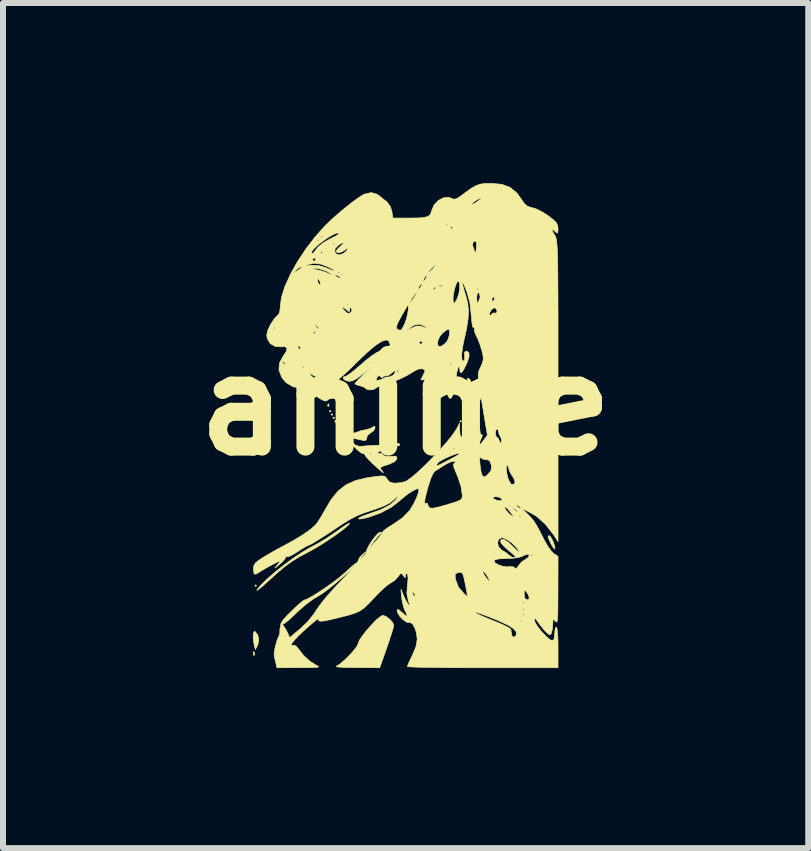
<source format=kicad_pcb>
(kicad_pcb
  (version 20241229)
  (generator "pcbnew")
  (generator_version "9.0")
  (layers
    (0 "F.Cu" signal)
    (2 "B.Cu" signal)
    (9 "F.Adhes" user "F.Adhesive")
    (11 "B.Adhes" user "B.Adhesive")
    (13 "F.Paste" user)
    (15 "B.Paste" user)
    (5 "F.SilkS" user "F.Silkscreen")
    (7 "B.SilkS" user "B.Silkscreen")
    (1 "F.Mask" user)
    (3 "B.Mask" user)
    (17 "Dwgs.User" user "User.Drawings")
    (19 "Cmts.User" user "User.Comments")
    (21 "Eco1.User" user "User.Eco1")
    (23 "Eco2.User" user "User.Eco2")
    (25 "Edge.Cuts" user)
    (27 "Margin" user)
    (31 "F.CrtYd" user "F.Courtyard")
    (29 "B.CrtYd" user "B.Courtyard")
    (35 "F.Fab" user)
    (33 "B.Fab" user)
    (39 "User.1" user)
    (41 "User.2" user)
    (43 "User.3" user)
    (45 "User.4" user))
  (footprint "anime"
    (layer "F.Cu")
    (at 3.708 3.702)
    (property "Reference" "anime" (at 0 0 0) (layer "F.SilkS") (effects (font (size 1.524 1.524) (thickness 0.3))))
    (attr through_hole)
    (fp_poly (pts (xy -2.484 3.006) (xy -2.498 3.02) (xy -2.512 3.006) (xy -2.498 2.992) (xy -2.484 3.006)) (stroke (width 0.01) (type solid)) (fill yes) (layer "F.SilkS"))
    (fp_poly (pts (xy -1.242 0.099) (xy -1.256 0.113) (xy -1.27 0.099) (xy -1.256 0.085) (xy -1.242 0.099)) (stroke (width 0.01) (type solid)) (fill yes) (layer "F.SilkS"))
    (fp_poly (pts (xy -1.214 0.155) (xy -1.228 0.169) (xy -1.242 0.155) (xy -1.228 0.141) (xy -1.214 0.155)) (stroke (width 0.01) (type solid)) (fill yes) (layer "F.SilkS"))
    (fp_poly (pts (xy -1.185 0.212) (xy -1.199 0.226) (xy -1.214 0.212) (xy -1.199 0.198) (xy -1.185 0.212)) (stroke (width 0.01) (type solid)) (fill yes) (layer "F.SilkS"))
    (fp_poly (pts (xy -1.157 0.268) (xy -1.171 0.282) (xy -1.185 0.268) (xy -1.171 0.254) (xy -1.157 0.268)) (stroke (width 0.01) (type solid)) (fill yes) (layer "F.SilkS"))
    (fp_poly (pts (xy 0.931 0.268) (xy 0.917 0.282) (xy 0.903 0.268) (xy 0.917 0.254) (xy 0.931 0.268)) (stroke (width 0.01) (type solid)) (fill yes) (layer "F.SilkS"))
    (fp_poly (pts (xy -2.521 4.115) (xy -2.517 4.159) (xy -2.523 4.169) (xy -2.536 4.161) (xy -2.538 4.132) (xy -2.531 4.102) (xy -2.521 4.115)) (stroke (width 0.01) (type solid)) (fill yes) (layer "F.SilkS"))
    (fp_poly (pts (xy -1.279 -0.019) (xy -1.276 0.015) (xy -1.279 0.019) (xy -1.296 0.015) (xy -1.298 0) (xy -1.288 -0.023) (xy -1.279 -0.019)) (stroke (width 0.01) (type solid)) (fill yes) (layer "F.SilkS"))
    (fp_poly (pts (xy 0.975 -0.307) (xy 0.98 -0.302) (xy 1.012 -0.266) (xy 1.002 -0.255) (xy 0.981 -0.254) (xy 0.93 -0.27) (xy 0.916 -0.284) (xy 0.907 -0.323) (xy 0.932 -0.331) (xy 0.975 -0.307)) (stroke (width 0.01) (type solid)) (fill yes) (layer "F.SilkS"))
    (fp_poly (pts (xy -2.51 3.769) (xy -2.463 3.827) (xy -2.446 3.911) (xy -2.463 3.995) (xy -2.465 3.999) (xy -2.503 4.072) (xy -2.521 4.004) (xy -2.536 3.923) (xy -2.54 3.846) (xy -2.532 3.788) (xy -2.516 3.767) (xy -2.51 3.769)) (stroke (width 0.01) (type solid)) (fill yes) (layer "F.SilkS"))
    (fp_poly (pts (xy 1.072 -0.429) (xy 1.088 -0.384) (xy 1.08 -0.356) (xy 1.031 -0.339) (xy 0.982 -0.357) (xy 0.974 -0.367) (xy 0.98 -0.391) (xy 1.002 -0.395) (xy 1.032 -0.408) (xy 1.03 -0.423) (xy 1.031 -0.449) (xy 1.04 -0.452) (xy 1.072 -0.429)) (stroke (width 0.01) (type solid)) (fill yes) (layer "F.SilkS"))
    (fp_poly (pts (xy 2.419 2.197) (xy 2.451 2.257) (xy 2.463 2.286) (xy 2.488 2.365) (xy 2.486 2.396) (xy 2.463 2.377) (xy 2.422 2.308) (xy 2.418 2.299) (xy 2.384 2.224) (xy 2.373 2.187) (xy 2.383 2.174) (xy 2.395 2.173) (xy 2.419 2.197)) (stroke (width 0.01) (type solid)) (fill yes) (layer "F.SilkS"))
    (fp_poly (pts (xy -0.325 3.519) (xy -0.264 3.566) (xy -0.215 3.622) (xy -0.197 3.664) (xy -0.206 3.708) (xy -0.231 3.793) (xy -0.268 3.906) (xy -0.312 4.037) (xy -0.314 4.043) (xy -0.431 4.374) (xy -0.815 4.372) (xy -0.951 4.37) (xy -1.059 4.366) (xy -1.131 4.361) (xy -1.159 4.354) (xy -1.156 4.351) (xy -1.095 4.312) (xy -1.018 4.247) (xy -0.938 4.168) (xy -0.865 4.088) (xy -0.812 4.018) (xy -0.79 3.971) (xy -0.79 3.969) (xy -0.772 3.92) (xy -0.723 3.846) (xy -0.654 3.757) (xy -0.575 3.667) (xy -0.497 3.586) (xy -0.429 3.527) (xy -0.382 3.5) (xy -0.378 3.5) (xy -0.325 3.519)) (stroke (width 0.01) (type solid)) (fill yes) (layer "F.SilkS"))
    (fp_poly (pts (xy -0.946 1.988) (xy -0.997 2.035) (xy -1.079 2.099) (xy -1.181 2.173) (xy -1.296 2.251) (xy -1.415 2.327) (xy -1.527 2.394) (xy -1.619 2.444) (xy -1.764 2.521) (xy -1.889 2.598) (xy -2.009 2.685) (xy -2.139 2.793) (xy -2.284 2.925) (xy -2.372 3.005) (xy -2.437 3.06) (xy -2.474 3.086) (xy -2.477 3.078) (xy -2.476 3.076) (xy -2.408 2.994) (xy -2.303 2.892) (xy -2.171 2.777) (xy -2.023 2.66) (xy -1.87 2.547) (xy -1.722 2.449) (xy -1.592 2.373) (xy -1.564 2.359) (xy -1.446 2.295) (xy -1.309 2.212) (xy -1.181 2.125) (xy -1.157 2.108) (xy -1.064 2.042) (xy -0.989 1.992) (xy -0.943 1.966) (xy -0.933 1.964) (xy -0.946 1.988)) (stroke (width 0.01) (type solid)) (fill yes) (layer "F.SilkS"))
    (fp_poly (pts (xy -1.078 0.388) (xy -0.988 0.46) (xy -0.899 0.477) (xy -0.816 0.45) (xy -0.746 0.425) (xy -0.674 0.41) (xy -0.599 0.391) (xy -0.548 0.365) (xy -0.516 0.348) (xy -0.508 0.378) (xy -0.508 0.378) (xy -0.531 0.423) (xy -0.579 0.457) (xy -0.633 0.501) (xy -0.649 0.544) (xy -0.657 0.581) (xy -0.69 0.588) (xy -0.741 0.579) (xy -0.829 0.559) (xy -0.903 0.544) (xy -0.974 0.529) (xy -0.896 0.612) (xy -0.831 0.668) (xy -0.767 0.686) (xy -0.727 0.683) (xy -0.654 0.677) (xy -0.546 0.67) (xy -0.425 0.666) (xy -0.407 0.665) (xy -0.297 0.66) (xy -0.207 0.652) (xy -0.154 0.642) (xy -0.148 0.639) (xy -0.109 0.639) (xy -0.099 0.649) (xy -0.106 0.673) (xy -0.128 0.677) (xy -0.192 0.685) (xy -0.274 0.706) (xy -0.357 0.733) (xy -0.425 0.761) (xy -0.462 0.784) (xy -0.464 0.793) (xy -0.43 0.807) (xy -0.421 0.803) (xy -0.39 0.809) (xy -0.38 0.824) (xy -0.343 0.85) (xy -0.258 0.852) (xy -0.251 0.851) (xy -0.178 0.848) (xy -0.147 0.859) (xy -0.145 0.891) (xy -0.146 0.893) (xy -0.182 0.94) (xy -0.27 0.981) (xy -0.282 0.985) (xy -0.37 1.013) (xy -0.412 1.032) (xy -0.42 1.052) (xy -0.401 1.08) (xy -0.396 1.086) (xy -0.369 1.122) (xy -0.381 1.12) (xy -0.432 1.078) (xy -0.522 0.997) (xy -0.536 0.984) (xy -0.61 0.912) (xy -0.663 0.852) (xy -0.684 0.817) (xy -0.684 0.814) (xy -0.69 0.804) (xy -0.593 0.804) (xy -0.579 0.818) (xy -0.564 0.804) (xy -0.579 0.79) (xy -0.593 0.804) (xy -0.69 0.804) (xy -0.694 0.799) (xy -0.706 0.805) (xy -0.74 0.795) (xy -0.799 0.748) (xy -0.875 0.672) (xy -0.959 0.576) (xy -1.044 0.468) (xy -1.076 0.423) (xy -1.165 0.296) (xy -1.078 0.388)) (stroke (width 0.01) (type solid)) (fill yes) (layer "F.SilkS"))
    (fp_poly (pts (xy 1.602 -3.681) (xy 1.741 -3.63) (xy 1.852 -3.538) (xy 1.92 -3.446) (xy 1.977 -3.363) (xy 2.029 -3.317) (xy 2.093 -3.295) (xy 2.11 -3.292) (xy 2.19 -3.266) (xy 2.291 -3.213) (xy 2.378 -3.156) (xy 2.464 -3.089) (xy 2.514 -3.039) (xy 2.535 -2.993) (xy 2.54 -2.942) (xy 2.537 -2.881) (xy 2.524 -2.867) (xy 2.496 -2.891) (xy 2.45 -2.93) (xy 2.438 -2.925) (xy 2.459 -2.877) (xy 2.481 -2.84) (xy 2.491 -2.823) (xy 2.5 -2.804) (xy 2.508 -2.779) (xy 2.515 -2.746) (xy 2.52 -2.7) (xy 2.525 -2.638) (xy 2.529 -2.556) (xy 2.532 -2.45) (xy 2.535 -2.318) (xy 2.537 -2.155) (xy 2.538 -1.958) (xy 2.539 -1.724) (xy 2.54 -1.448) (xy 2.54 -1.127) (xy 2.54 -0.758) (xy 2.54 -0.336) (xy 2.54 2.271) (xy 2.466 2.158) (xy 2.329 1.982) (xy 2.183 1.852) (xy 2.074 1.787) (xy 1.933 1.716) (xy 2.032 1.813) (xy 2.089 1.871) (xy 2.135 1.928) (xy 2.179 1.995) (xy 2.229 2.086) (xy 2.294 2.214) (xy 2.305 2.236) (xy 2.361 2.336) (xy 2.419 2.42) (xy 2.467 2.47) (xy 2.47 2.472) (xy 2.54 2.518) (xy 2.539 3.087) (xy 2.538 3.279) (xy 2.537 3.421) (xy 2.534 3.519) (xy 2.528 3.58) (xy 2.521 3.609) (xy 2.51 3.613) (xy 2.497 3.6) (xy 2.469 3.568) (xy 2.457 3.577) (xy 2.453 3.635) (xy 2.453 3.642) (xy 2.446 3.725) (xy 2.432 3.789) (xy 2.431 3.79) (xy 2.414 3.824) (xy 2.389 3.82) (xy 2.352 3.79) (xy 2.3 3.735) (xy 2.239 3.658) (xy 2.219 3.63) (xy 2.175 3.568) (xy 2.152 3.55) (xy 2.145 3.573) (xy 2.145 3.581) (xy 2.164 3.632) (xy 2.211 3.703) (xy 2.276 3.782) (xy 2.345 3.854) (xy 2.407 3.906) (xy 2.445 3.923) (xy 2.473 3.898) (xy 2.483 3.822) (xy 2.484 3.81) (xy 2.49 3.739) (xy 2.505 3.7) (xy 2.512 3.697) (xy 2.524 3.724) (xy 2.533 3.801) (xy 2.539 3.922) (xy 2.54 4.036) (xy 2.54 4.374) (xy 1.284 4.374) (xy 1.024 4.374) (xy 0.782 4.373) (xy 0.564 4.371) (xy 0.376 4.368) (xy 0.223 4.365) (xy 0.11 4.361) (xy 0.045 4.357) (xy 0.029 4.353) (xy 0.041 4.319) (xy 0.072 4.25) (xy 0.114 4.163) (xy 0.174 4.019) (xy 0.194 3.896) (xy 0.177 3.778) (xy 0.154 3.712) (xy 0.115 3.641) (xy 0.077 3.622) (xy 0.067 3.624) (xy 0.02 3.616) (xy -0.04 3.575) (xy -0.097 3.516) (xy -0.134 3.456) (xy -0.141 3.426) (xy -0.134 3.401) (xy -0.107 3.412) (xy -0.056 3.457) (xy 0.001 3.508) (xy 0.025 3.514) (xy 0.015 3.475) (xy 0.005 3.453) (xy 1.157 3.453) (xy 1.203 3.48) (xy 1.293 3.521) (xy 1.424 3.576) (xy 1.489 3.601) (xy 1.6 3.647) (xy 1.688 3.69) (xy 1.742 3.722) (xy 1.753 3.735) (xy 1.762 3.791) (xy 1.763 3.796) (xy 1.773 3.843) (xy 1.774 3.845) (xy 1.796 3.866) (xy 1.829 3.85) (xy 1.844 3.825) (xy 1.843 3.776) (xy 1.799 3.723) (xy 1.71 3.665) (xy 1.57 3.599) (xy 1.569 3.598) (xy 1.919 3.598) (xy 1.933 3.612) (xy 1.947 3.598) (xy 1.933 3.584) (xy 1.919 3.598) (xy 1.569 3.598) (xy 1.472 3.559) (xy 1.353 3.512) (xy 1.282 3.485) (xy 1.947 3.485) (xy 1.961 3.5) (xy 1.976 3.485) (xy 1.961 3.471) (xy 1.947 3.485) (xy 1.282 3.485) (xy 1.254 3.475) (xy 1.186 3.451) (xy 1.161 3.444) (xy 1.157 3.453) (xy 0.005 3.453) (xy -0.013 3.418) (xy -0.019 3.401) (xy 1.947 3.401) (xy 1.961 3.415) (xy 1.976 3.401) (xy 1.961 3.387) (xy 1.947 3.401) (xy -0.019 3.401) (xy -0.039 3.343) (xy -0.061 3.242) (xy -0.068 3.186) (xy -0.076 3.101) (xy -0.077 3.068) (xy -0.068 3.081) (xy -0.049 3.135) (xy -0.011 3.223) (xy 0.032 3.301) (xy 0.034 3.304) (xy 0.064 3.344) (xy 0.071 3.344) (xy 0.059 3.3) (xy 0.055 3.288) (xy 1.947 3.288) (xy 1.961 3.302) (xy 1.976 3.288) (xy 1.961 3.274) (xy 1.947 3.288) (xy 0.055 3.288) (xy 0.045 3.258) (xy 0.023 3.148) (xy 0.12 3.148) (xy 0.126 3.159) (xy 0.153 3.188) (xy 0.158 3.168) (xy 0.151 3.146) (xy 0.13 3.115) (xy 0.121 3.115) (xy 0.12 3.148) (xy 0.023 3.148) (xy 0.021 3.141) (xy 0.029 3.004) (xy 0.031 2.991) (xy 0.041 2.887) (xy 0.036 2.835) (xy 0.824 2.835) (xy 0.832 2.903) (xy 0.833 2.904) (xy 0.881 3.033) (xy 0.978 3.144) (xy 0.988 3.152) (xy 1.024 3.182) (xy 1.033 3.188) (xy 1.029 3.163) (xy 1.024 3.135) (xy 1.976 3.135) (xy 1.982 3.197) (xy 1.994 3.227) (xy 2.035 3.245) (xy 2.059 3.219) (xy 2.06 3.209) (xy 2.044 3.158) (xy 2.019 3.117) (xy 1.988 3.081) (xy 1.978 3.094) (xy 1.976 3.135) (xy 1.024 3.135) (xy 1.017 3.096) (xy 0.999 3.001) (xy 0.995 2.982) (xy 0.973 2.877) (xy 0.954 2.816) (xy 0.933 2.789) (xy 0.908 2.786) (xy 1.289 2.786) (xy 1.316 2.835) (xy 1.326 2.85) (xy 1.369 2.906) (xy 1.398 2.934) (xy 1.401 2.935) (xy 1.397 2.914) (xy 1.371 2.862) (xy 1.364 2.85) (xy 1.325 2.794) (xy 1.293 2.766) (xy 1.29 2.766) (xy 1.289 2.786) (xy 0.908 2.786) (xy 0.904 2.785) (xy 0.884 2.788) (xy 0.838 2.803) (xy 0.824 2.835) (xy 0.036 2.835) (xy 0.035 2.822) (xy 0.028 2.81) (xy 0.005 2.806) (xy 0 2.836) (xy -0.003 2.873) (xy -0.018 2.864) (xy -0.038 2.837) (xy -0.068 2.804) (xy -0.092 2.811) (xy -0.125 2.857) (xy -0.186 2.922) (xy -0.25 2.962) (xy -0.302 2.996) (xy -0.378 3.062) (xy -0.467 3.148) (xy -0.523 3.208) (xy -0.617 3.308) (xy -0.692 3.379) (xy -0.763 3.428) (xy -0.846 3.465) (xy -0.955 3.499) (xy -1.085 3.532) (xy -1.238 3.569) (xy -1.344 3.592) (xy -1.41 3.599) (xy -1.443 3.593) (xy -1.45 3.574) (xy -1.446 3.561) (xy -1.456 3.558) (xy -1.498 3.586) (xy -1.561 3.638) (xy -1.638 3.704) (xy -1.718 3.778) (xy -1.792 3.849) (xy -1.851 3.911) (xy -1.887 3.955) (xy -1.887 3.956) (xy -1.91 3.998) (xy -1.898 4.005) (xy -1.88 3.998) (xy -1.83 4.008) (xy -1.787 4.058) (xy -1.702 4.166) (xy -1.596 4.264) (xy -1.489 4.332) (xy -1.483 4.335) (xy -1.453 4.35) (xy -1.45 4.36) (xy -1.479 4.367) (xy -1.548 4.371) (xy -1.661 4.373) (xy -1.77 4.373) (xy -2.144 4.374) (xy -2.161 4.297) (xy -2.178 4.226) (xy -2.189 4.182) (xy -2.19 4.131) (xy -2.176 4.049) (xy -2.154 3.958) (xy -2.129 3.882) (xy -2.112 3.849) (xy -2.096 3.799) (xy -2.094 3.73) (xy -2.075 3.63) (xy -2.031 3.565) (xy -1.964 3.493) (xy -1.886 3.416) (xy -1.808 3.342) (xy -1.741 3.284) (xy -1.696 3.25) (xy -1.687 3.246) (xy -1.639 3.229) (xy -1.557 3.184) (xy -1.452 3.119) (xy -1.335 3.041) (xy -1.218 2.958) (xy -1.11 2.876) (xy -1.023 2.802) (xy -1.009 2.79) (xy -0.927 2.714) (xy -0.862 2.658) (xy -0.825 2.63) (xy -0.818 2.628) (xy -0.839 2.663) (xy -0.896 2.723) (xy -0.978 2.801) (xy -1.077 2.889) (xy -1.183 2.979) (xy -1.286 3.062) (xy -1.378 3.13) (xy -1.448 3.175) (xy -1.457 3.179) (xy -1.555 3.24) (xy -1.671 3.327) (xy -1.785 3.427) (xy -1.809 3.45) (xy -1.895 3.532) (xy -1.968 3.597) (xy -2.019 3.635) (xy -2.034 3.641) (xy -2.05 3.654) (xy -2.028 3.687) (xy -1.987 3.75) (xy -1.961 3.803) (xy -1.932 3.873) (xy -1.758 3.727) (xy -1.632 3.607) (xy -1.527 3.477) (xy -1.492 3.421) (xy -1.438 3.342) (xy -1.355 3.236) (xy -1.251 3.115) (xy -1.137 2.99) (xy -1.095 2.947) (xy -0.99 2.836) (xy -0.9 2.737) (xy -0.833 2.657) (xy -0.796 2.605) (xy -0.79 2.591) (xy -0.79 2.59) (xy 1.475 2.59) (xy 1.489 2.624) (xy 1.541 2.657) (xy 1.614 2.682) (xy 1.691 2.693) (xy 1.725 2.69) (xy 1.79 2.691) (xy 1.821 2.711) (xy 1.846 2.721) (xy 1.877 2.68) (xy 1.879 2.676) (xy 1.933 2.611) (xy 1.988 2.574) (xy 2.04 2.54) (xy 2.061 2.505) (xy 2.054 2.498) (xy 2.088 2.498) (xy 2.103 2.512) (xy 2.117 2.498) (xy 2.103 2.484) (xy 2.088 2.498) (xy 2.054 2.498) (xy 2.043 2.485) (xy 2.03 2.484) (xy 1.984 2.497) (xy 1.938 2.519) (xy 1.879 2.537) (xy 1.785 2.55) (xy 1.682 2.554) (xy 1.56 2.559) (xy 1.491 2.574) (xy 1.475 2.59) (xy -0.79 2.59) (xy -0.77 2.543) (xy -0.727 2.495) (xy -0.663 2.441) (xy -0.72 2.512) (xy -0.776 2.582) (xy -0.712 2.528) (xy -0.668 2.48) (xy -0.654 2.444) (xy -0.643 2.399) (xy -0.606 2.329) (xy -0.555 2.25) (xy -0.5 2.178) (xy -0.452 2.129) (xy -0.428 2.117) (xy -0.399 2.121) (xy -0.416 2.143) (xy -0.427 2.152) (xy -0.468 2.194) (xy -0.525 2.264) (xy -0.563 2.314) (xy -0.607 2.375) (xy -0.622 2.398) (xy -0.605 2.383) (xy -0.554 2.329) (xy -0.52 2.291) (xy 1.533 2.291) (xy 1.548 2.355) (xy 1.593 2.408) (xy 1.612 2.419) (xy 1.68 2.461) (xy 1.721 2.497) (xy 1.778 2.534) (xy 1.812 2.54) (xy 1.831 2.53) (xy 1.809 2.499) (xy 1.744 2.442) (xy 1.724 2.426) (xy 1.65 2.362) (xy 1.598 2.305) (xy 1.58 2.271) (xy 1.597 2.233) (xy 1.642 2.238) (xy 1.711 2.282) (xy 1.798 2.364) (xy 1.856 2.422) (xy 1.891 2.449) (xy 1.896 2.44) (xy 1.894 2.438) (xy 1.844 2.367) (xy 1.772 2.296) (xy 1.692 2.239) (xy 1.623 2.209) (xy 1.599 2.207) (xy 1.55 2.236) (xy 1.533 2.291) (xy -0.52 2.291) (xy -0.515 2.286) (xy -0.448 2.209) (xy -0.401 2.148) (xy -0.383 2.115) (xy -0.384 2.113) (xy -0.366 2.091) (xy -0.311 2.049) (xy -0.228 1.996) (xy -0.2 1.979) (xy -0.047 1.872) (xy 0.061 1.761) (xy 0.08 1.733) (xy 0.139 1.635) (xy 0.155 1.6) (xy 0.317 1.6) (xy 0.318 1.637) (xy 0.325 1.637) (xy 0.356 1.628) (xy 0.376 1.668) (xy 0.389 1.698) (xy 0.415 1.714) (xy 0.462 1.714) (xy 0.482 1.71) (xy 1.65 1.71) (xy 1.675 1.752) (xy 1.721 1.804) (xy 1.747 1.827) (xy 1.789 1.859) (xy 1.794 1.85) (xy 1.793 1.849) (xy 1.891 1.849) (xy 1.905 1.863) (xy 1.919 1.849) (xy 1.905 1.834) (xy 1.891 1.849) (xy 1.793 1.849) (xy 1.762 1.801) (xy 1.745 1.778) (xy 1.698 1.723) (xy 1.661 1.694) (xy 1.657 1.694) (xy 1.78 1.694) (xy 1.787 1.708) (xy 1.803 1.729) (xy 1.844 1.772) (xy 1.862 1.772) (xy 1.863 1.767) (xy 1.843 1.744) (xy 1.813 1.718) (xy 1.78 1.694) (xy 1.657 1.694) (xy 1.656 1.693) (xy 1.65 1.71) (xy 0.482 1.71) (xy 0.539 1.699) (xy 0.611 1.679) (xy 1.722 1.679) (xy 1.736 1.693) (xy 1.75 1.679) (xy 1.747 1.677) (xy 1.843 1.677) (xy 1.863 1.693) (xy 1.908 1.719) (xy 1.914 1.709) (xy 1.905 1.693) (xy 1.864 1.667) (xy 1.854 1.666) (xy 1.843 1.677) (xy 1.747 1.677) (xy 1.736 1.665) (xy 1.722 1.679) (xy 0.611 1.679) (xy 0.656 1.667) (xy 0.757 1.636) (xy 0.857 1.604) (xy 0.914 1.578) (xy 0.939 1.55) (xy 0.942 1.533) (xy 1.457 1.533) (xy 1.459 1.554) (xy 1.502 1.577) (xy 1.538 1.587) (xy 1.595 1.593) (xy 1.606 1.574) (xy 1.596 1.554) (xy 1.556 1.531) (xy 1.503 1.524) (xy 1.457 1.533) (xy 0.942 1.533) (xy 0.945 1.512) (xy 0.945 1.502) (xy 0.926 1.365) (xy 0.875 1.205) (xy 0.839 1.12) (xy 0.806 1.038) (xy 0.797 0.991) (xy 0.81 0.965) (xy 0.82 0.958) (xy 0.842 0.938) (xy 0.812 0.932) (xy 0.804 0.932) (xy 0.745 0.947) (xy 0.669 0.984) (xy 0.651 0.995) (xy 0.574 1.045) (xy 0.506 1.087) (xy 0.497 1.092) (xy 0.46 1.133) (xy 0.421 1.216) (xy 0.378 1.347) (xy 0.364 1.396) (xy 0.333 1.518) (xy 0.317 1.6) (xy 0.155 1.6) (xy 0.185 1.538) (xy 0.214 1.455) (xy 0.221 1.402) (xy 0.216 1.392) (xy 0.183 1.395) (xy 0.119 1.426) (xy 0.039 1.478) (xy -0.045 1.543) (xy -0.113 1.603) (xy -0.242 1.702) (xy -0.41 1.791) (xy -0.601 1.861) (xy -0.647 1.874) (xy -0.739 1.894) (xy -0.783 1.895) (xy -0.78 1.881) (xy -0.734 1.855) (xy -0.646 1.822) (xy -0.6 1.807) (xy -0.409 1.739) (xy -0.263 1.662) (xy -0.166 1.58) (xy -0.146 1.552) (xy -0.126 1.517) (xy -0.137 1.519) (xy -0.181 1.559) (xy -0.196 1.574) (xy -0.265 1.628) (xy -0.359 1.677) (xy -0.49 1.727) (xy -0.57 1.753) (xy -0.698 1.796) (xy -0.811 1.842) (xy -0.923 1.9) (xy -1.05 1.977) (xy -1.194 2.073) (xy -1.321 2.158) (xy -1.436 2.231) (xy -1.528 2.288) (xy -1.588 2.321) (xy -1.601 2.326) (xy -1.658 2.352) (xy -1.74 2.4) (xy -1.806 2.444) (xy -1.886 2.493) (xy -1.948 2.522) (xy -1.977 2.525) (xy -1.998 2.524) (xy -1.997 2.532) (xy -2.013 2.563) (xy -2.06 2.615) (xy -2.103 2.653) (xy -2.16 2.701) (xy -2.178 2.711) (xy -2.157 2.685) (xy -2.147 2.673) (xy -2.106 2.624) (xy -2.092 2.598) (xy -2.093 2.596) (xy -2.127 2.609) (xy -2.193 2.642) (xy -2.275 2.685) (xy -2.356 2.731) (xy -2.422 2.771) (xy -2.438 2.782) (xy -2.497 2.816) (xy -2.526 2.807) (xy -2.534 2.75) (xy -2.534 2.729) (xy -2.529 2.675) (xy -2.505 2.632) (xy -2.452 2.587) (xy -2.375 2.537) (xy -2.261 2.469) (xy -2.129 2.394) (xy -2.032 2.343) (xy -1.864 2.251) (xy -1.712 2.158) (xy -1.588 2.072) (xy -1.505 1.999) (xy -1.504 1.998) (xy -1.458 1.938) (xy -1.402 1.849) (xy -1.359 1.772) (xy -1.244 1.577) (xy -1.125 1.43) (xy -0.992 1.325) (xy -0.835 1.254) (xy -0.644 1.209) (xy -0.594 1.201) (xy -0.475 1.185) (xy -0.399 1.178) (xy -0.355 1.182) (xy -0.33 1.198) (xy -0.311 1.226) (xy -0.308 1.232) (xy -0.269 1.278) (xy -0.206 1.297) (xy -0.163 1.298) (xy -0.073 1.29) (xy 0.001 1.269) (xy 0.009 1.266) (xy 0.088 1.211) (xy 0.194 1.123) (xy 0.315 1.009) (xy 0.316 1.009) (xy 0.517 1.009) (xy 0.538 1.005) (xy 0.589 0.981) (xy 0.679 0.934) (xy 0.727 0.91) (xy 0.762 0.891) (xy 1.234 0.891) (xy 1.237 0.952) (xy 1.241 0.996) (xy 1.258 1.112) (xy 1.279 1.177) (xy 1.31 1.195) (xy 1.353 1.17) (xy 1.375 1.149) (xy 1.423 1.088) (xy 1.426 1.064) (xy 1.678 1.064) (xy 1.687 1.135) (xy 1.705 1.213) (xy 1.718 1.249) (xy 1.755 1.312) (xy 1.794 1.323) (xy 1.822 1.296) (xy 1.819 1.254) (xy 1.789 1.194) (xy 1.781 1.184) (xy 1.741 1.118) (xy 1.722 1.065) (xy 1.722 1.061) (xy 1.706 1.014) (xy 1.696 1.003) (xy 1.68 1.014) (xy 1.678 1.064) (xy 1.426 1.064) (xy 1.432 1.025) (xy 1.426 0.99) (xy 1.401 0.925) (xy 1.362 0.908) (xy 1.356 0.909) (xy 1.293 0.899) (xy 1.266 0.883) (xy 1.243 0.871) (xy 1.234 0.891) (xy 0.762 0.891) (xy 0.814 0.863) (xy 0.877 0.826) (xy 0.903 0.806) (xy 0.903 0.806) (xy 0.881 0.801) (xy 0.824 0.816) (xy 0.746 0.846) (xy 0.664 0.883) (xy 0.591 0.921) (xy 0.543 0.954) (xy 0.533 0.966) (xy 0.518 0.995) (xy 0.517 1.009) (xy 0.316 1.009) (xy 0.444 0.88) (xy 0.57 0.746) (xy 0.593 0.72) (xy 0.79 0.72) (xy 0.804 0.734) (xy 0.818 0.72) (xy 0.804 0.706) (xy 0.79 0.72) (xy 0.593 0.72) (xy 0.685 0.616) (xy 0.778 0.5) (xy 0.841 0.408) (xy 0.848 0.395) (xy 0.901 0.296) (xy 0.902 0.414) (xy 0.907 0.491) (xy 0.928 0.529) (xy 0.967 0.543) (xy 1.054 0.535) (xy 1.143 0.495) (xy 1.208 0.436) (xy 1.211 0.43) (xy 1.233 0.4) (xy 1.24 0.42) (xy 1.241 0.446) (xy 1.252 0.491) (xy 1.272 0.492) (xy 1.281 0.501) (xy 1.265 0.546) (xy 1.256 0.564) (xy 1.224 0.636) (xy 1.224 0.663) (xy 1.253 0.642) (xy 1.297 0.588) (xy 1.362 0.5) (xy 1.357 0.466) (xy 1.496 0.466) (xy 1.505 0.519) (xy 1.524 0.536) (xy 1.551 0.558) (xy 1.552 0.569) (xy 1.568 0.607) (xy 1.602 0.658) (xy 1.638 0.697) (xy 1.653 0.706) (xy 1.652 0.682) (xy 1.643 0.642) (xy 1.614 0.574) (xy 1.589 0.541) (xy 1.557 0.482) (xy 1.552 0.45) (xy 1.54 0.405) (xy 1.524 0.395) (xy 1.503 0.419) (xy 1.496 0.466) (xy 1.357 0.466) (xy 1.301 0.13) (xy 1.267 -0.076) (xy 1.242 -0.233) (xy 1.224 -0.35) (xy 1.213 -0.435) (xy 1.21 -0.495) (xy 1.212 -0.539) (xy 1.221 -0.573) (xy 1.235 -0.605) (xy 1.252 -0.642) (xy 1.285 -0.718) (xy 1.295 -0.779) (xy 1.285 -0.853) (xy 1.271 -0.91) (xy 1.238 -1.015) (xy 1.199 -1.115) (xy 1.18 -1.152) (xy 1.151 -1.22) (xy 1.144 -1.27) (xy 1.147 -1.276) (xy 1.148 -1.294) (xy 1.136 -1.289) (xy 1.118 -1.305) (xy 1.105 -1.376) (xy 1.095 -1.5) (xy 1.094 -1.503) (xy 1.094 -1.505) (xy 1.4 -1.505) (xy 1.412 -1.496) (xy 1.439 -1.517) (xy 1.439 -1.523) (xy 1.46 -1.539) (xy 1.482 -1.534) (xy 1.518 -1.539) (xy 1.524 -1.562) (xy 1.508 -1.613) (xy 1.472 -1.623) (xy 1.43 -1.593) (xy 1.403 -1.545) (xy 1.4 -1.505) (xy 1.094 -1.505) (xy 1.069 -1.72) (xy 1.05 -1.787) (xy 1.186 -1.787) (xy 1.19 -1.722) (xy 1.202 -1.708) (xy 1.214 -1.722) (xy 1.23 -1.764) (xy 1.439 -1.764) (xy 1.445 -1.726) (xy 1.45 -1.722) (xy 1.469 -1.744) (xy 1.478 -1.764) (xy 1.478 -1.8) (xy 1.467 -1.806) (xy 1.442 -1.783) (xy 1.439 -1.764) (xy 1.23 -1.764) (xy 1.238 -1.786) (xy 1.241 -1.812) (xy 1.227 -1.863) (xy 1.214 -1.877) (xy 1.195 -1.864) (xy 1.186 -1.806) (xy 1.186 -1.787) (xy 1.05 -1.787) (xy 1.018 -1.9) (xy 1.004 -1.933) (xy 1.185 -1.933) (xy 1.199 -1.919) (xy 1.214 -1.933) (xy 1.199 -1.947) (xy 1.185 -1.933) (xy 1.004 -1.933) (xy 0.977 -1.998) (xy 0.952 -2.045) (xy 0.944 -2.041) (xy 0.954 -1.99) (xy 0.982 -1.893) (xy 0.997 -1.846) (xy 1.033 -1.715) (xy 1.048 -1.583) (xy 1.041 -1.437) (xy 1.014 -1.263) (xy 0.977 -1.101) (xy 0.947 -0.956) (xy 0.934 -0.842) (xy 0.938 -0.766) (xy 0.959 -0.734) (xy 0.963 -0.734) (xy 0.982 -0.758) (xy 0.982 -0.818) (xy 0.982 -0.883) (xy 1.008 -0.903) (xy 1.052 -0.882) (xy 1.059 -0.82) (xy 1.029 -0.719) (xy 1.011 -0.679) (xy 0.963 -0.584) (xy 0.928 -0.542) (xy 0.908 -0.553) (xy 0.903 -0.598) (xy 0.898 -0.647) (xy 0.887 -0.65) (xy 0.871 -0.614) (xy 0.854 -0.547) (xy 0.839 -0.46) (xy 0.834 -0.412) (xy 0.815 -0.277) (xy 0.791 -0.18) (xy 0.763 -0.124) (xy 0.735 -0.113) (xy 0.709 -0.152) (xy 0.693 -0.214) (xy 0.671 -0.304) (xy 0.644 -0.381) (xy 0.643 -0.383) (xy 0.618 -0.429) (xy 0.596 -0.426) (xy 0.576 -0.402) (xy 0.541 -0.37) (xy 0.506 -0.386) (xy 0.504 -0.388) (xy 0.454 -0.411) (xy 0.376 -0.423) (xy 0.361 -0.423) (xy 0.253 -0.423) (xy 0.295 -0.506) (xy 0.322 -0.564) (xy 0.317 -0.591) (xy 0.282 -0.607) (xy 0.213 -0.603) (xy 0.148 -0.571) (xy 0.038 -0.504) (xy -0.091 -0.439) (xy -0.219 -0.386) (xy -0.325 -0.352) (xy -0.345 -0.348) (xy -0.423 -0.328) (xy -0.478 -0.298) (xy -0.483 -0.293) (xy -0.533 -0.263) (xy -0.598 -0.255) (xy -0.651 -0.269) (xy -0.662 -0.28) (xy -0.699 -0.304) (xy -0.762 -0.325) (xy -0.821 -0.342) (xy -0.847 -0.357) (xy -0.847 -0.357) (xy -0.828 -0.382) (xy -0.786 -0.425) (xy -0.491 -0.425) (xy -0.483 -0.413) (xy -0.441 -0.419) (xy -0.362 -0.439) (xy -0.275 -0.467) (xy -0.212 -0.498) (xy -0.193 -0.514) (xy -0.17 -0.564) (xy -0.141 -0.564) (xy -0.131 -0.541) (xy -0.122 -0.546) (xy -0.119 -0.579) (xy -0.122 -0.583) (xy -0.139 -0.579) (xy -0.141 -0.564) (xy -0.17 -0.564) (xy -0.169 -0.566) (xy -0.182 -0.577) (xy -0.226 -0.543) (xy -0.229 -0.54) (xy -0.281 -0.499) (xy -0.325 -0.49) (xy -0.326 -0.49) (xy -0.367 -0.484) (xy -0.377 -0.471) (xy -0.397 -0.455) (xy -0.418 -0.477) (xy -0.444 -0.497) (xy -0.47 -0.47) (xy -0.476 -0.458) (xy -0.491 -0.425) (xy -0.786 -0.425) (xy -0.778 -0.434) (xy -0.708 -0.504) (xy -0.699 -0.513) (xy -0.615 -0.593) (xy -0.31 -0.593) (xy -0.289 -0.565) (xy -0.282 -0.564) (xy -0.255 -0.586) (xy -0.254 -0.593) (xy -0.275 -0.62) (xy -0.282 -0.621) (xy -0.31 -0.599) (xy -0.31 -0.593) (xy -0.615 -0.593) (xy -0.55 -0.655) (xy -0.709 -0.525) (xy -0.806 -0.449) (xy -0.878 -0.409) (xy -0.937 -0.398) (xy -0.996 -0.411) (xy -1 -0.412) (xy -1.039 -0.441) (xy -1.037 -0.47) (xy -1.005 -0.48) (xy -0.967 -0.498) (xy -0.901 -0.545) (xy -0.819 -0.612) (xy -0.799 -0.629) (xy -0.727 -0.691) (xy 0.734 -0.691) (xy 0.748 -0.677) (xy 0.762 -0.691) (xy 0.748 -0.706) (xy 0.734 -0.691) (xy -0.727 -0.691) (xy -0.668 -0.743) (xy -0.565 -0.823) (xy -0.507 -0.861) (xy -0.282 -0.861) (xy -0.268 -0.847) (xy -0.254 -0.861) (xy -0.268 -0.875) (xy -0.282 -0.861) (xy -0.507 -0.861) (xy -0.479 -0.879) (xy -0.456 -0.889) (xy -0.226 -0.889) (xy -0.212 -0.875) (xy -0.198 -0.889) (xy -0.212 -0.903) (xy -0.226 -0.889) (xy -0.456 -0.889) (xy -0.397 -0.916) (xy -0.36 -0.93) (xy -0.282 -0.965) (xy -0.256 -1.007) (xy -0.27 -1.044) (xy 0.226 -1.044) (xy 0.247 -1.017) (xy 0.254 -1.016) (xy 0.256 -1.017) (xy 0.532 -1.017) (xy 0.549 -0.981) (xy 0.586 -0.979) (xy 0.641 -1.013) (xy 0.684 -1.055) (xy 0.713 -1.11) (xy 0.73 -1.177) (xy 0.733 -1.236) (xy 0.719 -1.268) (xy 0.713 -1.269) (xy 0.679 -1.251) (xy 0.625 -1.209) (xy 0.614 -1.2) (xy 0.566 -1.142) (xy 0.539 -1.076) (xy 0.532 -1.017) (xy 0.256 -1.017) (xy 0.281 -1.037) (xy 0.282 -1.044) (xy 0.261 -1.072) (xy 0.254 -1.072) (xy 0.227 -1.051) (xy 0.226 -1.044) (xy -0.27 -1.044) (xy -0.277 -1.066) (xy -0.279 -1.067) (xy -0.323 -1.089) (xy -0.398 -1.065) (xy -0.505 -0.995) (xy -0.64 -0.881) (xy -0.805 -0.723) (xy -0.912 -0.617) (xy -1.01 -0.525) (xy -1.089 -0.456) (xy -1.141 -0.416) (xy -1.152 -0.411) (xy -1.187 -0.378) (xy -1.193 -0.33) (xy -1.171 -0.291) (xy -1.144 -0.282) (xy -1.108 -0.259) (xy -1.079 -0.214) (xy -1.063 -0.163) (xy -1.084 -0.138) (xy -1.11 -0.13) (xy -1.19 -0.116) (xy -1.232 -0.113) (xy -1.286 -0.1) (xy -1.304 -0.081) (xy -1.333 -0.069) (xy -1.389 -0.088) (xy -1.46 -0.131) (xy -1.532 -0.191) (xy -1.55 -0.209) (xy -1.568 -0.222) (xy -1.31 -0.222) (xy -1.276 -0.199) (xy -1.221 -0.22) (xy -1.218 -0.223) (xy -1.205 -0.241) (xy -1.244 -0.247) (xy -1.252 -0.247) (xy -1.301 -0.239) (xy -1.31 -0.222) (xy -1.568 -0.222) (xy -1.625 -0.265) (xy -1.72 -0.282) (xy -1.728 -0.282) (xy -1.873 -0.307) (xy -1.993 -0.378) (xy -2.061 -0.46) (xy -2.087 -0.526) (xy -1.599 -0.526) (xy -1.589 -0.505) (xy -1.58 -0.495) (xy -1.503 -0.433) (xy -1.399 -0.387) (xy -1.298 -0.37) (xy -1.255 -0.373) (xy -1.261 -0.38) (xy -1.312 -0.397) (xy -1.392 -0.427) (xy -1.485 -0.471) (xy -1.51 -0.484) (xy -1.575 -0.519) (xy -1.599 -0.526) (xy -2.087 -0.526) (xy -2.11 -0.583) (xy -2.107 -0.635) (xy -1.722 -0.635) (xy -1.707 -0.621) (xy -1.693 -0.635) (xy -1.707 -0.649) (xy -1.722 -0.635) (xy -2.107 -0.635) (xy -2.102 -0.701) (xy -2.089 -0.726) (xy -2.056 -0.726) (xy -2.049 -0.71) (xy -2.02 -0.68) (xy -2.004 -0.686) (xy -2.004 -0.69) (xy -2.024 -0.714) (xy -2.036 -0.722) (xy -2.056 -0.726) (xy -2.089 -0.726) (xy -2.046 -0.807) (xy -1.988 -0.896) (xy -1.976 -0.953) (xy -2.001 -0.97) (xy -1.797 -0.97) (xy -1.792 -0.96) (xy -1.767 -0.933) (xy -1.762 -0.931) (xy -1.75 -0.953) (xy -1.75 -0.96) (xy -1.771 -0.987) (xy -1.78 -0.988) (xy -1.797 -0.97) (xy -2.001 -0.97) (xy -2.01 -0.977) (xy -2.068 -0.973) (xy -2.171 -0.978) (xy -2.254 -1.027) (xy -2.305 -1.109) (xy -2.314 -1.169) (xy -2.299 -1.234) (xy -1.548 -1.234) (xy -1.541 -1.218) (xy -1.512 -1.188) (xy -1.496 -1.194) (xy -1.496 -1.198) (xy -1.516 -1.222) (xy -1.528 -1.23) (xy -1.548 -1.234) (xy -2.299 -1.234) (xy -2.298 -1.238) (xy 0.014 -1.238) (xy 0.106 -1.288) (xy 0.179 -1.32) (xy 0.243 -1.32) (xy 0.289 -1.305) (xy 0.347 -1.286) (xy 0.357 -1.288) (xy 0.327 -1.313) (xy 0.326 -1.313) (xy 0.235 -1.351) (xy 0.14 -1.335) (xy 0.081 -1.296) (xy 0.014 -1.238) (xy -2.298 -1.238) (xy -2.296 -1.247) (xy -2.279 -1.284) (xy -2.201 -1.284) (xy -2.187 -1.27) (xy -2.173 -1.284) (xy -2.187 -1.298) (xy -2.201 -1.284) (xy -2.279 -1.284) (xy -2.252 -1.342) (xy -2.244 -1.354) (xy -1.522 -1.354) (xy -1.515 -1.34) (xy -1.499 -1.319) (xy -1.458 -1.276) (xy -1.44 -1.276) (xy -1.439 -1.281) (xy -1.441 -1.283) (xy -0.152 -1.283) (xy -0.138 -1.268) (xy -0.101 -1.248) (xy -0.074 -1.254) (xy -0.046 -1.295) (xy -0.014 -1.36) (xy 0.012 -1.43) (xy 0.032 -1.513) (xy 0.045 -1.591) (xy 0.046 -1.647) (xy 0.037 -1.665) (xy 0.021 -1.642) (xy -0.014 -1.582) (xy -0.063 -1.497) (xy -0.073 -1.479) (xy -0.126 -1.38) (xy -0.151 -1.318) (xy -0.152 -1.283) (xy -1.441 -1.283) (xy -1.459 -1.304) (xy -1.489 -1.33) (xy -1.522 -1.354) (xy -2.244 -1.354) (xy -2.192 -1.434) (xy -2.132 -1.5) (xy -2.119 -1.509) (xy -2.1 -1.546) (xy -2.089 -1.618) (xy -2.089 -1.633) (xy -1.055 -1.633) (xy -1.041 -1.604) (xy -1.023 -1.583) (xy -0.977 -1.538) (xy -0.945 -1.53) (xy -0.912 -1.546) (xy -0.893 -1.584) (xy -0.904 -1.609) (xy -0.925 -1.633) (xy -0.931 -1.604) (xy -0.931 -1.597) (xy -0.935 -1.561) (xy -0.957 -1.567) (xy -0.983 -1.59) (xy -1.034 -1.629) (xy -1.055 -1.633) (xy -2.089 -1.633) (xy -2.088 -1.649) (xy -2.084 -1.679) (xy -0.988 -1.679) (xy -0.974 -1.665) (xy -0.96 -1.679) (xy 0.053 -1.679) (xy 0.099 -1.736) (xy 0.134 -1.785) (xy 0.791 -1.785) (xy 0.794 -1.715) (xy 0.809 -1.699) (xy 0.839 -1.737) (xy 0.86 -1.777) (xy 0.887 -1.854) (xy 0.902 -1.944) (xy 0.901 -2.023) (xy 0.884 -2.07) (xy 0.864 -2.061) (xy 0.839 -2.012) (xy 0.816 -1.939) (xy 0.798 -1.857) (xy 0.791 -1.785) (xy 0.134 -1.785) (xy 0.147 -1.804) (xy 0.173 -1.849) (xy 0.201 -1.905) (xy 0.155 -1.849) (xy 0.107 -1.781) (xy 0.081 -1.736) (xy 0.053 -1.679) (xy -0.96 -1.679) (xy -0.974 -1.693) (xy -0.988 -1.679) (xy -2.084 -1.679) (xy -2.068 -1.8) (xy -2.026 -1.932) (xy 0.208 -1.932) (xy 0.21 -1.919) (xy 0.212 -1.921) (xy 0.458 -1.921) (xy 0.462 -1.919) (xy 0.488 -1.939) (xy 0.494 -1.947) (xy 0.501 -1.974) (xy 0.497 -1.976) (xy 0.471 -1.956) (xy 0.466 -1.947) (xy 0.458 -1.921) (xy 0.212 -1.921) (xy 0.232 -1.941) (xy 0.254 -1.976) (xy 0.257 -1.982) (xy 0.548 -1.982) (xy 0.576 -1.978) (xy 0.613 -1.983) (xy 0.613 -1.993) (xy 0.575 -1.999) (xy 0.559 -1.995) (xy 0.548 -1.982) (xy 0.257 -1.982) (xy 0.272 -2.019) (xy 0.27 -2.032) (xy 0.247 -2.01) (xy 0.226 -1.976) (xy 0.208 -1.932) (xy -2.026 -1.932) (xy -2.011 -1.98) (xy -1.962 -2.086) (xy -1.467 -2.086) (xy -1.456 -2.037) (xy -1.433 -2.011) (xy -1.418 -2.016) (xy -1.42 -2.046) (xy -1.433 -2.073) (xy 0.292 -2.073) (xy 0.294 -2.06) (xy 0.317 -2.082) (xy 0.339 -2.117) (xy 0.357 -2.16) (xy 0.355 -2.173) (xy 0.332 -2.151) (xy 0.31 -2.117) (xy 0.292 -2.073) (xy -1.433 -2.073) (xy -1.436 -2.079) (xy -1.459 -2.112) (xy -1.466 -2.095) (xy -1.467 -2.086) (xy -1.962 -2.086) (xy -1.929 -2.161) (xy -1.176 -2.161) (xy -1.157 -2.145) (xy -1.106 -2.121) (xy -1.087 -2.118) (xy -1.082 -2.129) (xy -1.101 -2.145) (xy -1.152 -2.169) (xy -1.171 -2.172) (xy -1.176 -2.161) (xy -1.929 -2.161) (xy -1.92 -2.179) (xy -1.912 -2.195) (xy -1.877 -2.195) (xy -1.798 -2.244) (xy -1.753 -2.279) (xy -1.553 -2.279) (xy -1.548 -2.272) (xy -1.49 -2.259) (xy -1.475 -2.256) (xy -1.388 -2.235) (xy -1.318 -2.21) (xy -1.305 -2.204) (xy -1.251 -2.18) (xy -1.228 -2.176) (xy -1.233 -2.187) (xy -1.072 -2.187) (xy -1.058 -2.173) (xy -1.044 -2.187) (xy -1.058 -2.201) (xy -1.072 -2.187) (xy -1.233 -2.187) (xy -1.233 -2.187) (xy -1.278 -2.214) (xy -1.281 -2.215) (xy -1.129 -2.215) (xy -1.115 -2.201) (xy -1.114 -2.202) (xy 0.37 -2.202) (xy 0.371 -2.201) (xy 0.398 -2.22) (xy 0.445 -2.265) (xy 0.452 -2.272) (xy 0.492 -2.319) (xy 0.505 -2.342) (xy 0.504 -2.342) (xy 0.477 -2.324) (xy 0.43 -2.279) (xy 0.423 -2.272) (xy 0.383 -2.225) (xy 0.37 -2.202) (xy -1.114 -2.202) (xy -1.101 -2.215) (xy -1.115 -2.23) (xy -1.129 -2.215) (xy -1.281 -2.215) (xy -1.312 -2.231) (xy -1.404 -2.265) (xy -1.491 -2.282) (xy -1.51 -2.282) (xy -1.553 -2.279) (xy -1.753 -2.279) (xy -1.749 -2.282) (xy -1.734 -2.308) (xy -1.736 -2.309) (xy -1.763 -2.302) (xy -1.81 -2.264) (xy -1.814 -2.26) (xy -1.877 -2.195) (xy -1.912 -2.195) (xy -1.837 -2.328) (xy -1.665 -2.328) (xy -1.642 -2.326) (xy -1.58 -2.332) (xy -1.448 -2.329) (xy -1.326 -2.29) (xy -1.234 -2.252) (xy -1.183 -2.236) (xy -1.176 -2.241) (xy -1.216 -2.267) (xy -1.284 -2.302) (xy -1.413 -2.352) (xy -1.523 -2.365) (xy -1.635 -2.342) (xy -1.637 -2.341) (xy -1.665 -2.328) (xy -1.837 -2.328) (xy -1.803 -2.39) (xy -1.778 -2.427) (xy -1.552 -2.427) (xy -1.531 -2.4) (xy -1.524 -2.399) (xy -1.497 -2.42) (xy -1.496 -2.427) (xy -1.517 -2.455) (xy -1.524 -2.455) (xy -1.551 -2.434) (xy -1.552 -2.427) (xy -1.778 -2.427) (xy -1.704 -2.539) (xy -1.565 -2.539) (xy -1.541 -2.528) (xy -1.532 -2.54) (xy -1.411 -2.54) (xy -1.401 -2.517) (xy -1.392 -2.521) (xy -1.389 -2.555) (xy -1.392 -2.559) (xy -1.409 -2.555) (xy -1.411 -2.54) (xy -1.532 -2.54) (xy -1.509 -2.571) (xy -1.507 -2.575) (xy -1.481 -2.607) (xy -1.177 -2.607) (xy -1.176 -2.549) (xy -1.154 -2.52) (xy -1.105 -2.505) (xy -1.042 -2.524) (xy -0.989 -2.566) (xy -0.974 -2.592) (xy -0.968 -2.618) (xy -0.99 -2.605) (xy -1.01 -2.588) (xy -1.066 -2.553) (xy -1.121 -2.54) (xy -1.154 -2.554) (xy -1.157 -2.566) (xy -1.137 -2.6) (xy -1.088 -2.647) (xy -1.083 -2.651) (xy -1.062 -2.67) (xy 1.115 -2.67) (xy 1.134 -2.608) (xy 1.169 -2.526) (xy 1.179 -2.62) (xy 1.182 -2.689) (xy 1.174 -2.73) (xy 1.173 -2.731) (xy 1.142 -2.73) (xy 1.127 -2.719) (xy 1.115 -2.67) (xy -1.062 -2.67) (xy -1.038 -2.693) (xy -1.038 -2.708) (xy -1.075 -2.695) (xy -1.123 -2.665) (xy -1.177 -2.607) (xy -1.481 -2.607) (xy -1.459 -2.635) (xy -1.387 -2.695) (xy -1.214 -2.695) (xy -1.199 -2.681) (xy -1.185 -2.695) (xy -1.199 -2.709) (xy -1.214 -2.695) (xy -1.387 -2.695) (xy -1.385 -2.697) (xy -1.363 -2.712) (xy -1.274 -2.763) (xy -1.19 -2.807) (xy -1.174 -2.814) (xy -1.122 -2.844) (xy -1.107 -2.866) (xy -1.108 -2.867) (xy -1.146 -2.869) (xy -1.212 -2.841) (xy -1.296 -2.792) (xy -1.385 -2.731) (xy -1.467 -2.666) (xy -1.531 -2.605) (xy -1.565 -2.558) (xy -1.565 -2.539) (xy -1.704 -2.539) (xy -1.662 -2.603) (xy -1.548 -2.752) (xy -1.468 -2.752) (xy -1.453 -2.738) (xy -1.439 -2.752) (xy -1.453 -2.766) (xy -1.468 -2.752) (xy -1.548 -2.752) (xy -1.504 -2.808) (xy -1.411 -2.808) (xy -1.397 -2.794) (xy -1.383 -2.808) (xy -1.397 -2.822) (xy -1.411 -2.808) (xy -1.504 -2.808) (xy -1.503 -2.809) (xy -1.358 -2.973) (xy -1.348 -2.983) (xy 0.738 -2.983) (xy 0.745 -2.968) (xy 0.774 -2.937) (xy 0.79 -2.944) (xy 0.79 -2.948) (xy 0.77 -2.971) (xy 0.758 -2.98) (xy 0.738 -2.983) (xy -1.348 -2.983) (xy -1.325 -3.006) (xy 0.677 -3.006) (xy 0.691 -2.992) (xy 0.706 -3.006) (xy 0.691 -3.02) (xy 0.677 -3.006) (xy -1.325 -3.006) (xy -1.259 -3.071) (xy -1.141 -3.177) (xy -1.015 -3.283) (xy -0.892 -3.38) (xy -0.784 -3.459) (xy -0.701 -3.51) (xy -0.682 -3.519) (xy -0.571 -3.543) (xy -0.471 -3.514) (xy -0.428 -3.481) (xy -0.369 -3.433) (xy -0.314 -3.391) (xy -0.255 -3.315) (xy -0.229 -3.23) (xy -0.211 -3.119) (xy 0.057 -3.119) (xy 0.205 -3.12) (xy 0.306 -3.128) (xy 0.37 -3.145) (xy 0.407 -3.173) (xy 0.427 -3.217) (xy 0.432 -3.237) (xy 0.472 -3.334) (xy 0.487 -3.349) (xy 1.101 -3.349) (xy 1.12 -3.349) (xy 1.17 -3.376) (xy 1.185 -3.387) (xy 1.241 -3.429) (xy 1.269 -3.455) (xy 1.27 -3.458) (xy 1.249 -3.453) (xy 1.196 -3.427) (xy 1.186 -3.421) (xy 1.129 -3.382) (xy 1.101 -3.352) (xy 1.101 -3.349) (xy 0.487 -3.349) (xy 0.543 -3.41) (xy 0.629 -3.456) (xy 0.717 -3.465) (xy 0.769 -3.446) (xy 0.805 -3.432) (xy 0.846 -3.44) (xy 0.907 -3.477) (xy 0.969 -3.523) (xy 1.079 -3.604) (xy 1.164 -3.655) (xy 1.24 -3.683) (xy 1.326 -3.695) (xy 1.424 -3.697) (xy 1.602 -3.681)) (stroke (width 0.01) (type solid)) (fill yes) (layer "F.SilkS")))
  (gr_rect
    (start -3 -3)
    (end 10.417 11.082)
    (stroke (width 0.1) (type default))
    (fill no)
    (layer "Edge.Cuts")))
</source>
